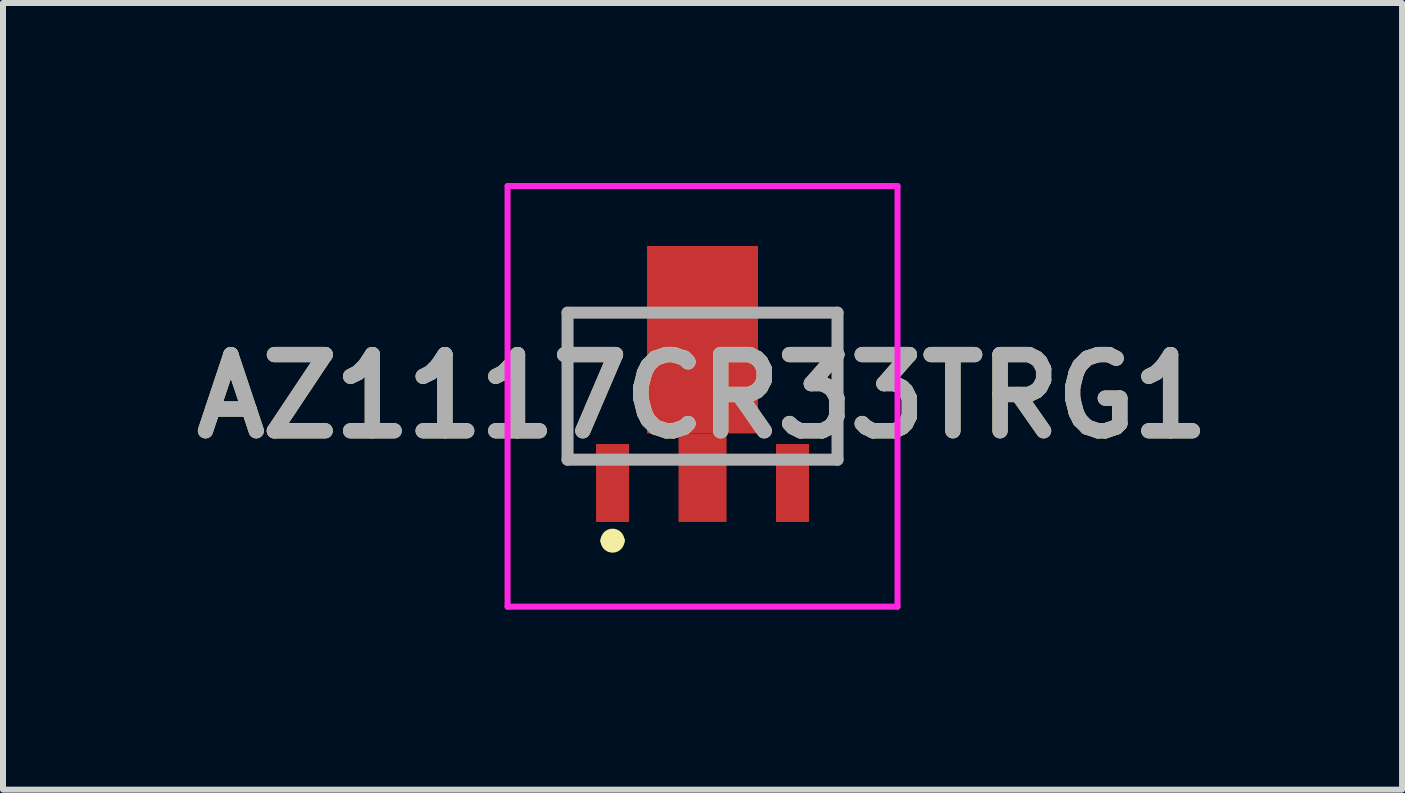
<source format=kicad_pcb>
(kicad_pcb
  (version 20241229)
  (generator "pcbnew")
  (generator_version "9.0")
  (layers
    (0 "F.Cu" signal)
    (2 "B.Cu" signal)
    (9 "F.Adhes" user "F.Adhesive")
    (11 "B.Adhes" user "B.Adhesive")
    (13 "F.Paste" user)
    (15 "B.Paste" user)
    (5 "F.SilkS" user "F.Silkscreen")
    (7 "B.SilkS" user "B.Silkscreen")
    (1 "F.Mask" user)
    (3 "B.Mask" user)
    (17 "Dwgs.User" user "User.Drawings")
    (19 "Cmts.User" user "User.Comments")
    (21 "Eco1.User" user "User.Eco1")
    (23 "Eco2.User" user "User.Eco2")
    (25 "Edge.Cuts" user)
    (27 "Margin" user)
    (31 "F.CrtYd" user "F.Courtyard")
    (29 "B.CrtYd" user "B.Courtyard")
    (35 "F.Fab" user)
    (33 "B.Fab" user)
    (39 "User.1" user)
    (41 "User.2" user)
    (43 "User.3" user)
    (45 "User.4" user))
  (footprint "AZ1117CR33TRG1"
    (layer "F.Cu")
    (at 8.66 2.162)
    (property "Reference" "AZ1117CR33TRG1" (at 0 1.394 0) (layer "F.SilkS") (effects (font (size 1.27 1.27) (thickness 0.254))))
    (attr smd)
    (fp_line (start -2.25 0) (end -2.25 2.45) (stroke (width 0.1) (type solid)) (layer "F.SilkS"))
    (fp_line (start -1.6 3.8) (end -1.6 3.8) (stroke (width 0.2) (type solid)) (layer "F.SilkS"))
    (fp_line (start -1.5 0) (end -2.25 0) (stroke (width 0.1) (type solid)) (layer "F.SilkS"))
    (fp_line (start -1.4 3.8) (end -1.4 3.8) (stroke (width 0.2) (type solid)) (layer "F.SilkS"))
    (fp_line (start 1.5 0) (end 2.25 0) (stroke (width 0.1) (type solid)) (layer "F.SilkS"))
    (fp_line (start 2.25 0) (end 2.25 2.45) (stroke (width 0.1) (type solid)) (layer "F.SilkS"))
    (fp_arc (start -1.6 3.8) (mid -1.5 3.7) (end -1.4 3.8) (stroke (width 0.2) (type solid)) (layer "F.SilkS"))
    (fp_arc (start -1.4 3.8) (mid -1.5 3.9) (end -1.6 3.8) (stroke (width 0.2) (type solid)) (layer "F.SilkS"))
    (fp_line (start -3.25 -2.112) (end 3.25 -2.112) (stroke (width 0.1) (type solid)) (layer "F.CrtYd"))
    (fp_line (start -3.25 4.9) (end -3.25 -2.112) (stroke (width 0.1) (type solid)) (layer "F.CrtYd"))
    (fp_line (start 3.25 -2.112) (end 3.25 4.9) (stroke (width 0.1) (type solid)) (layer "F.CrtYd"))
    (fp_line (start 3.25 4.9) (end -3.25 4.9) (stroke (width 0.1) (type solid)) (layer "F.CrtYd"))
    (fp_line (start -2.25 0) (end 2.25 0) (stroke (width 0.2) (type solid)) (layer "F.Fab"))
    (fp_line (start -2.25 2.45) (end -2.25 0) (stroke (width 0.2) (type solid)) (layer "F.Fab"))
    (fp_line (start 2.25 0) (end 2.25 2.45) (stroke (width 0.2) (type solid)) (layer "F.Fab"))
    (fp_line (start 2.25 2.45) (end -2.25 2.45) (stroke (width 0.2) (type solid)) (layer "F.Fab"))
    (fp_text user "${REFERENCE}" (at 0 1.394 0) (layer "F.Fab") (effects (font (size 1.27 1.27) (thickness 0.254))))
    (pad "1" smd rect (at -1.5 2.838) (size 0.55 1.3) (layers "F.Cu" "F.Mask" "F.Paste"))
    (pad "2" smd rect (at 0 2.75) (size 0.8 1.475) (layers "F.Cu" "F.Mask" "F.Paste"))
    (pad "3" smd rect (at 1.5 2.838) (size 0.55 1.3) (layers "F.Cu" "F.Mask" "F.Paste"))
    (pad "4" smd rect (at 0 0.45) (size 1.85 3.125) (layers "F.Cu" "F.Mask" "F.Paste")))
  (gr_rect
    (start -3 -3)
    (end 20.32 10.112)
    (stroke (width 0.1) (type default))
    (fill no)
    (layer "Edge.Cuts")))
</source>
